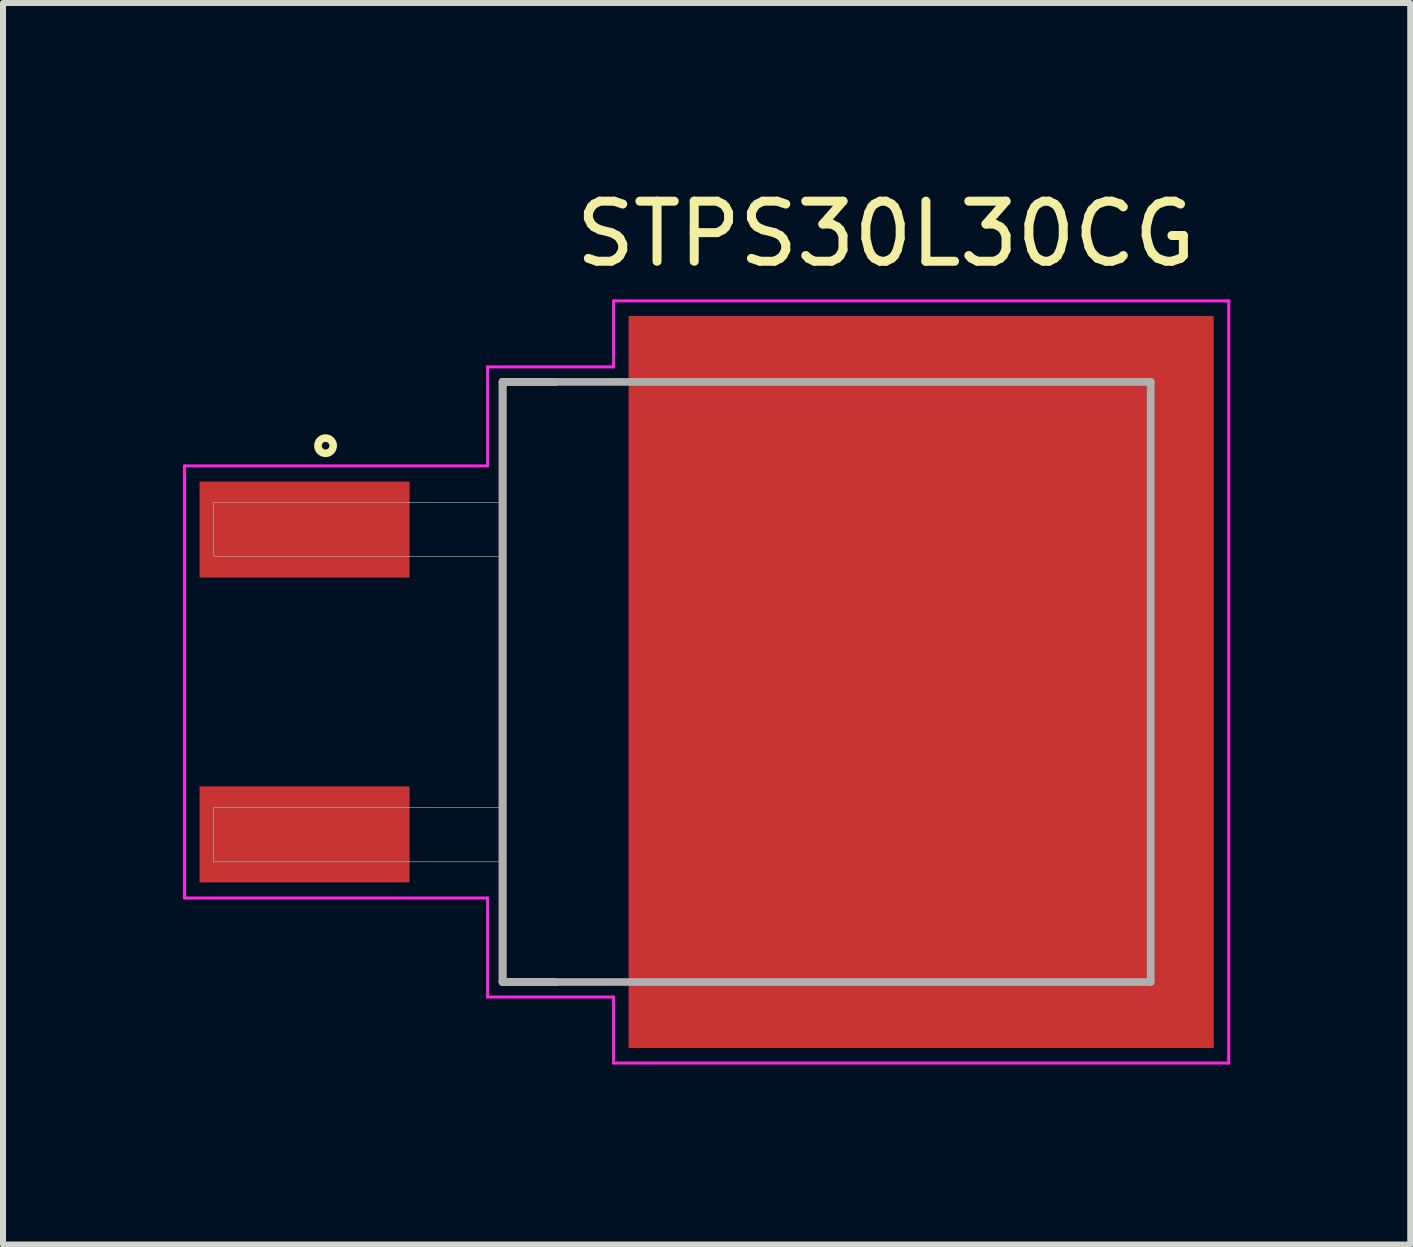
<source format=kicad_pcb>
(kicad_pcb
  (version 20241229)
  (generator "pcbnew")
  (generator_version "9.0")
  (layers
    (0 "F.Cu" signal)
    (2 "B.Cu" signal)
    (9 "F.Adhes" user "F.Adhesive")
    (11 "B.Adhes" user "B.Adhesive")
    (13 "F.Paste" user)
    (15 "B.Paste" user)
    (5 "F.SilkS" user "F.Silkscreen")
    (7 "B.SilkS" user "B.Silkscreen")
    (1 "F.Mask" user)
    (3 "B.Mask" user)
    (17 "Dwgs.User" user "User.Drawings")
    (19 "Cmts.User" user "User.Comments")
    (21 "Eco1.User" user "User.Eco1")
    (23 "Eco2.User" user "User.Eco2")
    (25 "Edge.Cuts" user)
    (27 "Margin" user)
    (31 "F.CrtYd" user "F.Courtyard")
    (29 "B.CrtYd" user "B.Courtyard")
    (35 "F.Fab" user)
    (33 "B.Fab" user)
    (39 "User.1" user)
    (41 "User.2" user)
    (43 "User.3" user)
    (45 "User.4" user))
  (footprint "STPS30L30CG"
    (layer "F.Cu")
    (at 8.725 8.314)
    (property "Reference" "STPS30L30CG" (at 2.987 -7.466 0) (layer "F.SilkS") (effects (font (size 1.001 1.001) (thickness 0.15))))
    (attr through_hole)
    (fp_line (start -3.4 -5) (end -2.515 -5) (stroke (width 0.127) (type solid)) (layer "F.SilkS"))
    (fp_line (start -3.4 5) (end -3.4 -5) (stroke (width 0.127) (type solid)) (layer "F.SilkS"))
    (fp_line (start -2.515 5) (end -3.4 5) (stroke (width 0.127) (type solid)) (layer "F.SilkS"))
    (fp_circle (center -6.35 -3.937) (end -6.223 -3.937) (stroke (width 0.127) (type solid)) (fill no) (layer "F.SilkS"))
    (fp_poly (pts (xy -0.07 -1.765) (xy 1.31 -1.765) (xy 1.31 -0.296) (xy -0.07 -0.296)) (stroke (width 0.01) (type solid)) (fill yes) (layer "F.Paste"))
    (fp_poly (pts (xy -0.07 2.36) (xy 1.31 2.36) (xy 1.31 3.834) (xy -0.07 3.834)) (stroke (width 0.01) (type solid)) (fill yes) (layer "F.Paste"))
    (fp_poly (pts (xy -0.07 0.295) (xy 1.31 0.295) (xy 1.31 1.767) (xy -0.07 1.767)) (stroke (width 0.01) (type solid)) (fill yes) (layer "F.Paste"))
    (fp_poly (pts (xy -0.07 -3.83) (xy 1.31 -3.83) (xy 1.31 -2.362) (xy -0.07 -2.362)) (stroke (width 0.01) (type solid)) (fill yes) (layer "F.Paste"))
    (fp_poly (pts (xy 1.901 -3.83) (xy 3.28 -3.83) (xy 3.28 -2.362) (xy 1.901 -2.362)) (stroke (width 0.01) (type solid)) (fill yes) (layer "F.Paste"))
    (fp_poly (pts (xy 1.902 0.295) (xy 3.28 0.295) (xy 3.28 1.766) (xy 1.902 1.766)) (stroke (width 0.01) (type solid)) (fill yes) (layer "F.Paste"))
    (fp_poly (pts (xy 1.902 -1.765) (xy 3.28 -1.765) (xy 3.28 -0.295) (xy 1.902 -0.295)) (stroke (width 0.01) (type solid)) (fill yes) (layer "F.Paste"))
    (fp_poly (pts (xy 1.902 2.36) (xy 3.28 2.36) (xy 3.28 3.835) (xy 1.902 3.835)) (stroke (width 0.01) (type solid)) (fill yes) (layer "F.Paste"))
    (fp_poly (pts (xy 3.874 -3.83) (xy 5.25 -3.83) (xy 5.25 -2.362) (xy 3.874 -2.362)) (stroke (width 0.01) (type solid)) (fill yes) (layer "F.Paste"))
    (fp_poly (pts (xy 3.875 0.295) (xy 5.25 0.295) (xy 5.25 1.767) (xy 3.875 1.767)) (stroke (width 0.01) (type solid)) (fill yes) (layer "F.Paste"))
    (fp_poly (pts (xy 3.876 -1.765) (xy 5.25 -1.765) (xy 5.25 -0.295) (xy 3.876 -0.295)) (stroke (width 0.01) (type solid)) (fill yes) (layer "F.Paste"))
    (fp_poly (pts (xy 3.876 2.36) (xy 5.25 2.36) (xy 5.25 3.836) (xy 3.876 3.836)) (stroke (width 0.01) (type solid)) (fill yes) (layer "F.Paste"))
    (fp_poly (pts (xy 5.844 0.295) (xy 7.22 0.295) (xy 7.22 1.766) (xy 5.844 1.766)) (stroke (width 0.01) (type solid)) (fill yes) (layer "F.Paste"))
    (fp_poly (pts (xy 5.844 -3.83) (xy 7.22 -3.83) (xy 7.22 -2.362) (xy 5.844 -2.362)) (stroke (width 0.01) (type solid)) (fill yes) (layer "F.Paste"))
    (fp_poly (pts (xy 5.85 -1.765) (xy 7.22 -1.765) (xy 7.22 -0.295) (xy 5.85 -0.295)) (stroke (width 0.01) (type solid)) (fill yes) (layer "F.Paste"))
    (fp_poly (pts (xy 5.85 2.36) (xy 7.22 2.36) (xy 7.22 3.837) (xy 5.85 3.837)) (stroke (width 0.01) (type solid)) (fill yes) (layer "F.Paste"))
    (fp_line (start -8.7 -3.6) (end -3.65 -3.6) (stroke (width 0.05) (type solid)) (layer "F.CrtYd"))
    (fp_line (start -8.7 3.6) (end -8.7 -3.6) (stroke (width 0.05) (type solid)) (layer "F.CrtYd"))
    (fp_line (start -3.65 -5.25) (end -1.55 -5.25) (stroke (width 0.05) (type solid)) (layer "F.CrtYd"))
    (fp_line (start -3.65 -3.6) (end -3.65 -5.25) (stroke (width 0.05) (type solid)) (layer "F.CrtYd"))
    (fp_line (start -3.65 3.6) (end -8.7 3.6) (stroke (width 0.05) (type solid)) (layer "F.CrtYd"))
    (fp_line (start -3.65 5.25) (end -3.65 3.6) (stroke (width 0.05) (type solid)) (layer "F.CrtYd"))
    (fp_line (start -1.55 -6.35) (end 8.7 -6.35) (stroke (width 0.05) (type solid)) (layer "F.CrtYd"))
    (fp_line (start -1.55 -5.25) (end -1.55 -6.35) (stroke (width 0.05) (type solid)) (layer "F.CrtYd"))
    (fp_line (start -1.55 5.25) (end -3.65 5.25) (stroke (width 0.05) (type solid)) (layer "F.CrtYd"))
    (fp_line (start -1.55 6.35) (end -1.55 5.25) (stroke (width 0.05) (type solid)) (layer "F.CrtYd"))
    (fp_line (start 8.7 -6.35) (end 8.7 6.35) (stroke (width 0.05) (type solid)) (layer "F.CrtYd"))
    (fp_line (start 8.7 6.35) (end -1.55 6.35) (stroke (width 0.05) (type solid)) (layer "F.CrtYd"))
    (fp_line (start -3.4 -5) (end 7.4 -5) (stroke (width 0.127) (type solid)) (layer "F.Fab"))
    (fp_line (start -3.4 5) (end -3.4 -5) (stroke (width 0.127) (type solid)) (layer "F.Fab"))
    (fp_line (start 7.4 -5) (end 7.4 5) (stroke (width 0.127) (type solid)) (layer "F.Fab"))
    (fp_line (start 7.4 5) (end -3.4 5) (stroke (width 0.127) (type solid)) (layer "F.Fab"))
    (fp_poly (pts (xy -8.216 2.09) (xy -3.4 2.09) (xy -3.4 2.996) (xy -8.216 2.996)) (stroke (width 0.01) (type solid)) (fill no) (layer "F.Fab"))
    (fp_poly (pts (xy -8.215 -2.99) (xy -3.4 -2.99) (xy -3.4 -2.094) (xy -8.215 -2.094)) (stroke (width 0.01) (type solid)) (fill no) (layer "F.Fab"))
    (pad "1" smd rect (at -6.7 -2.54 270) (size 1.6 3.5) (layers "F.Cu" "F.Mask" "F.Paste"))
    (pad "3" smd rect (at -6.7 2.54 270) (size 1.6 3.5) (layers "F.Cu" "F.Mask" "F.Paste"))
    (pad "4" smd rect (at 3.575 0 270) (size 12.2 9.75) (layers "F.Cu" "F.Mask")))
  (gr_rect
    (start -3 -3)
    (end 20.45 17.689)
    (stroke (width 0.1) (type default))
    (fill no)
    (layer "Edge.Cuts")))
</source>
